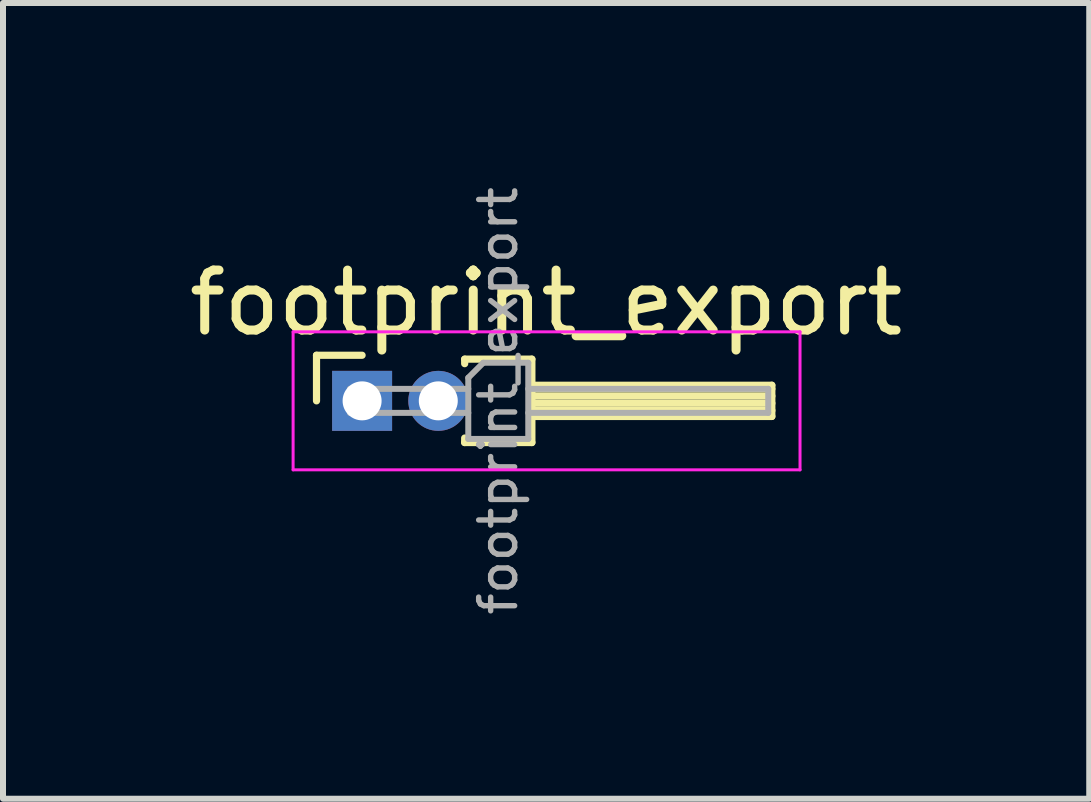
<source format=kicad_pcb>
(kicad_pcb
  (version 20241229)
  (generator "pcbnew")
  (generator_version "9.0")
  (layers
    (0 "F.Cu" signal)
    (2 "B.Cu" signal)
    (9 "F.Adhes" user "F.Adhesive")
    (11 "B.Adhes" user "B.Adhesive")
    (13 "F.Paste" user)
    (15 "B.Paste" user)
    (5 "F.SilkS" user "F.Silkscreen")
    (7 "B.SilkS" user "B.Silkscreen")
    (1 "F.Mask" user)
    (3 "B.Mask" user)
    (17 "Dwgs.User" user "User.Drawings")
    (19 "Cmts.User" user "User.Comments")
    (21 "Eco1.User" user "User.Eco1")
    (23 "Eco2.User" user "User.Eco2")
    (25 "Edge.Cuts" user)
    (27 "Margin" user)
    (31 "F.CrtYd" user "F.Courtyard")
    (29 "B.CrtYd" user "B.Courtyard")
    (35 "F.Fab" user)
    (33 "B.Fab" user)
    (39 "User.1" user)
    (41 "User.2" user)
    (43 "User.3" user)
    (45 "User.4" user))
  (footprint "footprint_export"
    (layer "F.Cu")
    (at 2.986 3.632)
    (property "Reference" "footprint_export" (at 3.067 -1.635 0) (layer "F.SilkS") (effects (font (size 1 1) (thickness 0.15))))
    (attr through_hole)
    (fp_line (start -0.76 -0.76) (end 0 -0.76) (stroke (width 0.12) (type solid)) (layer "F.SilkS"))
    (fp_line (start -0.76 0) (end -0.76 -0.76) (stroke (width 0.12) (type solid)) (layer "F.SilkS"))
    (fp_line (start 1.71 -0.695) (end 2.83 -0.695) (stroke (width 0.12) (type solid)) (layer "F.SilkS"))
    (fp_line (start 1.71 -0.62) (end 1.71 -0.695) (stroke (width 0.12) (type solid)) (layer "F.SilkS"))
    (fp_line (start 1.71 0.695) (end 1.71 0.62) (stroke (width 0.12) (type solid)) (layer "F.SilkS"))
    (fp_line (start 2.83 -0.695) (end 2.83 0.695) (stroke (width 0.12) (type solid)) (layer "F.SilkS"))
    (fp_line (start 2.83 -0.26) (end 6.83 -0.26) (stroke (width 0.12) (type solid)) (layer "F.SilkS"))
    (fp_line (start 2.83 -0.2) (end 6.83 -0.2) (stroke (width 0.12) (type solid)) (layer "F.SilkS"))
    (fp_line (start 2.83 -0.08) (end 6.83 -0.08) (stroke (width 0.12) (type solid)) (layer "F.SilkS"))
    (fp_line (start 2.83 0.04) (end 6.83 0.04) (stroke (width 0.12) (type solid)) (layer "F.SilkS"))
    (fp_line (start 2.83 0.16) (end 6.83 0.16) (stroke (width 0.12) (type solid)) (layer "F.SilkS"))
    (fp_line (start 2.83 0.695) (end 1.71 0.695) (stroke (width 0.12) (type solid)) (layer "F.SilkS"))
    (fp_line (start 6.83 -0.26) (end 6.83 0.26) (stroke (width 0.12) (type solid)) (layer "F.SilkS"))
    (fp_line (start 6.83 0.26) (end 2.83 0.26) (stroke (width 0.12) (type solid)) (layer "F.SilkS"))
    (fp_line (start -1.15 -1.15) (end -1.15 1.15) (stroke (width 0.05) (type solid)) (layer "F.CrtYd"))
    (fp_line (start -1.15 1.15) (end 7.3 1.15) (stroke (width 0.05) (type solid)) (layer "F.CrtYd"))
    (fp_line (start 7.3 -1.15) (end -1.15 -1.15) (stroke (width 0.05) (type solid)) (layer "F.CrtYd"))
    (fp_line (start 7.3 1.15) (end 7.3 -1.15) (stroke (width 0.05) (type solid)) (layer "F.CrtYd"))
    (fp_line (start -0.2 -0.2) (end -0.2 0.2) (stroke (width 0.1) (type solid)) (layer "F.Fab"))
    (fp_line (start -0.2 -0.2) (end 1.77 -0.2) (stroke (width 0.1) (type solid)) (layer "F.Fab"))
    (fp_line (start -0.2 0.2) (end 1.77 0.2) (stroke (width 0.1) (type solid)) (layer "F.Fab"))
    (fp_line (start 1.77 -0.385) (end 2.02 -0.635) (stroke (width 0.1) (type solid)) (layer "F.Fab"))
    (fp_line (start 1.77 0.635) (end 1.77 -0.385) (stroke (width 0.1) (type solid)) (layer "F.Fab"))
    (fp_line (start 2.02 -0.635) (end 2.77 -0.635) (stroke (width 0.1) (type solid)) (layer "F.Fab"))
    (fp_line (start 2.77 -0.635) (end 2.77 0.635) (stroke (width 0.1) (type solid)) (layer "F.Fab"))
    (fp_line (start 2.77 -0.2) (end 6.77 -0.2) (stroke (width 0.1) (type solid)) (layer "F.Fab"))
    (fp_line (start 2.77 0.2) (end 6.77 0.2) (stroke (width 0.1) (type solid)) (layer "F.Fab"))
    (fp_line (start 2.77 0.635) (end 1.77 0.635) (stroke (width 0.1) (type solid)) (layer "F.Fab"))
    (fp_line (start 6.77 -0.2) (end 6.77 0.2) (stroke (width 0.1) (type solid)) (layer "F.Fab"))
    (fp_text user "${REFERENCE}" (at 2.27 0 90) (layer "F.Fab") (effects (font (size 0.6 0.6) (thickness 0.09))))
    (pad "1" thru_hole rect (at 0 0) (size 1 1) (drill 0.65) (layers "*.Cu" "*.Mask"))
    (pad "2" thru_hole oval (at 1.27 0) (size 1 1) (drill 0.65) (layers "*.Cu" "*.Mask")))
  (gr_rect
    (start -3 -3)
    (end 15.107 10.264)
    (stroke (width 0.1) (type default))
    (fill no)
    (layer "Edge.Cuts")))
</source>
